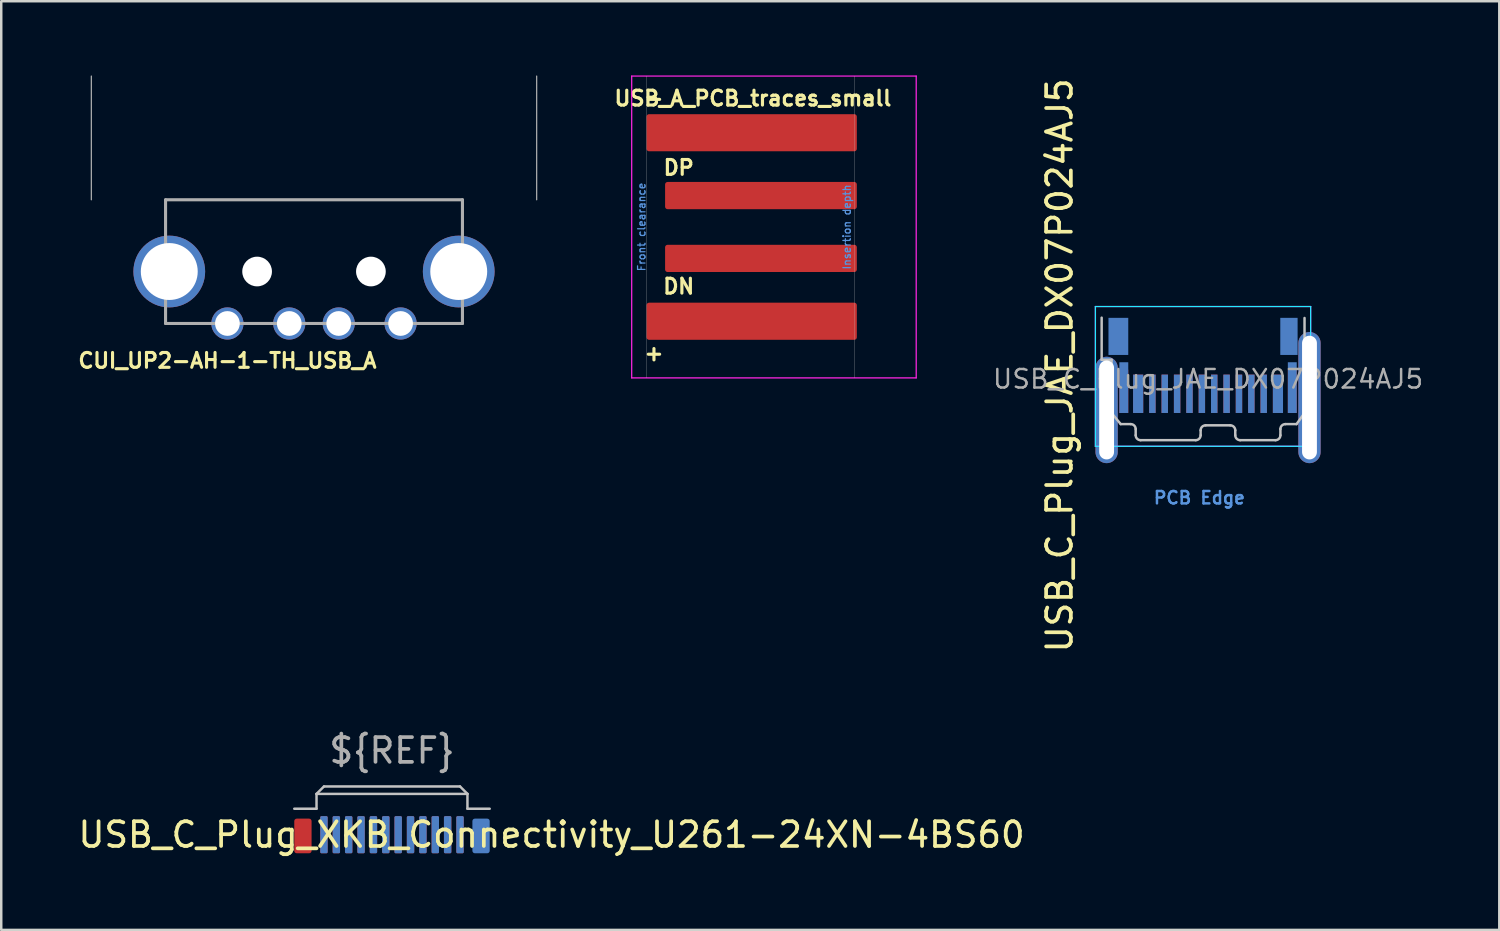
<source format=kicad_pcb>
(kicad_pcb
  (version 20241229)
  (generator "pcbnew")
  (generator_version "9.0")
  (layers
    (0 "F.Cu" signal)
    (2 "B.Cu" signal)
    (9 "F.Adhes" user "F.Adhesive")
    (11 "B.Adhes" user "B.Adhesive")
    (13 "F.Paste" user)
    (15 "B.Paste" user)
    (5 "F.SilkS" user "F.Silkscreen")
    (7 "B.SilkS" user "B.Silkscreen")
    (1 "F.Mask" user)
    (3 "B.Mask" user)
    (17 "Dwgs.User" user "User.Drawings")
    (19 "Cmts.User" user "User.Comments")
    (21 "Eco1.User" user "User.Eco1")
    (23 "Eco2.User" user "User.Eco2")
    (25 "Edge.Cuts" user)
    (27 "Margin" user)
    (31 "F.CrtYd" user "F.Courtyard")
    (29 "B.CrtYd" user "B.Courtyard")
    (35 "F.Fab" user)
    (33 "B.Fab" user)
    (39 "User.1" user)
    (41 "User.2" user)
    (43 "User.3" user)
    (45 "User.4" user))
  (footprint "USB_C_Plug_JAE_DX07P024AJ5"
    (layer "F.Cu")
    (at 45.779 11.72)
    (property "Reference" "USB_C_Plug_JAE_DX07P024AJ5" (at -6 0 90) (layer "F.SilkS") (effects (font (size 1 1) (thickness 0.15))))
    (attr smd)
    (fp_line (start -4.3 -1.93) (end -4.3 -0.228) (stroke (width 0.1) (type solid)) (layer "Dwgs.User"))
    (fp_line (start -4.3 -0.228) (end -3.9 -0.228) (stroke (width 0.1) (type solid)) (layer "Dwgs.User"))
    (fp_line (start -3.9 1.923) (end -3.9 -0.228) (stroke (width 0.1) (type solid)) (layer "Dwgs.User"))
    (fp_line (start -3.53 2.373) (end -3.9 1.923) (stroke (width 0.1) (type solid)) (layer "Dwgs.User"))
    (fp_line (start -3.125 2.373) (end -3.53 2.373) (stroke (width 0.1) (type solid)) (layer "Dwgs.User"))
    (fp_line (start -2.925 2.822) (end -2.925 2.572) (stroke (width 0.1) (type solid)) (layer "Dwgs.User"))
    (fp_line (start -0.5 3.022) (end -2.725 3.022) (stroke (width 0.1) (type solid)) (layer "Dwgs.User"))
    (fp_line (start -0.3 2.623) (end -0.3 2.822) (stroke (width 0.1) (type solid)) (layer "Dwgs.User"))
    (fp_line (start -0.1 2.422) (end 0.9 2.422) (stroke (width 0.1) (type solid)) (layer "Dwgs.User"))
    (fp_line (start 1.1 2.822) (end 1.1 2.623) (stroke (width 0.1) (type solid)) (layer "Dwgs.User"))
    (fp_line (start 1.3 3.022) (end 2.725 3.022) (stroke (width 0.1) (type solid)) (layer "Dwgs.User"))
    (fp_line (start 2.925 2.822) (end 2.925 2.572) (stroke (width 0.1) (type solid)) (layer "Dwgs.User"))
    (fp_line (start 3.125 2.373) (end 3.575 2.373) (stroke (width 0.1) (type solid)) (layer "Dwgs.User"))
    (fp_line (start 3.575 2.373) (end 3.9 1.923) (stroke (width 0.1) (type solid)) (layer "Dwgs.User"))
    (fp_line (start 3.9 1.923) (end 3.9 -1.917) (stroke (width 0.1) (type solid)) (layer "Dwgs.User"))
    (fp_arc (start -3.125 2.3725) (mid -2.983579 2.431079) (end -2.925 2.5725) (stroke (width 0.1) (type solid)) (layer "Dwgs.User"))
    (fp_arc (start -2.725 3.0225) (mid -2.866421 2.963921) (end -2.925 2.8225) (stroke (width 0.1) (type solid)) (layer "Dwgs.User"))
    (fp_arc (start -0.3 2.6225) (mid -0.241421 2.481079) (end -0.1 2.4225) (stroke (width 0.1) (type solid)) (layer "Dwgs.User"))
    (fp_arc (start -0.3 2.8225) (mid -0.358579 2.963921) (end -0.5 3.0225) (stroke (width 0.1) (type solid)) (layer "Dwgs.User"))
    (fp_arc (start 0.9 2.4225) (mid 1.041421 2.481079) (end 1.1 2.6225) (stroke (width 0.1) (type solid)) (layer "Dwgs.User"))
    (fp_arc (start 1.3 3.0225) (mid 1.158579 2.963921) (end 1.1 2.8225) (stroke (width 0.1) (type solid)) (layer "Dwgs.User"))
    (fp_arc (start 2.925 2.5725) (mid 2.983579 2.431079) (end 3.125 2.3725) (stroke (width 0.1) (type solid)) (layer "Dwgs.User"))
    (fp_arc (start 2.925 2.8225) (mid 2.866421 2.963921) (end 2.725 3.0225) (stroke (width 0.1) (type solid)) (layer "Dwgs.User"))
    (fp_line (start -4.553 -2.38) (end 4.147 -2.38) (stroke (width 0.05) (type solid)) (layer "B.CrtYd"))
    (fp_line (start -4.553 3.27) (end -4.553 -2.38) (stroke (width 0.05) (type solid)) (layer "B.CrtYd"))
    (fp_line (start 4.147 -2.38) (end 4.147 3.27) (stroke (width 0.05) (type solid)) (layer "B.CrtYd"))
    (fp_line (start 4.147 3.27) (end -4.553 3.27) (stroke (width 0.05) (type solid)) (layer "B.CrtYd"))
    (fp_line (start -4.553 -2.38) (end 4.147 -2.38) (stroke (width 0.05) (type solid)) (layer "F.CrtYd"))
    (fp_line (start -4.553 3.27) (end -4.553 -2.38) (stroke (width 0.05) (type solid)) (layer "F.CrtYd"))
    (fp_line (start 4.147 -2.38) (end 4.147 3.27) (stroke (width 0.05) (type solid)) (layer "F.CrtYd"))
    (fp_line (start 4.147 3.27) (end -4.553 3.27) (stroke (width 0.05) (type solid)) (layer "F.CrtYd"))
    (fp_text user "PCB Edge" (at -0.35 5.35 0) (layer "Cmts.User") (effects (font (size 0.5 0.5) (thickness 0.1))))
    (fp_text user "${REFERENCE}" (at 0 0.552 0) (layer "F.Fab") (effects (font (size 0.75 0.75) (thickness 0.1))))
    (pad "A1" smd rect (at 2.825 1.147) (size 0.41 1.55) (layers "F.Cu" "F.Mask" "F.Paste"))
    (pad "A2" smd rect (at 2.25 1.147) (size 0.26 1.55) (layers "F.Cu" "F.Mask" "F.Paste"))
    (pad "A3" smd rect (at 1.75 1.147) (size 0.26 1.55) (layers "F.Cu" "F.Mask" "F.Paste"))
    (pad "A4" smd rect (at 1.25 1.147) (size 0.26 1.55) (layers "F.Cu" "F.Mask" "F.Paste"))
    (pad "A5" smd rect (at 0.75 1.147) (size 0.26 1.55) (layers "F.Cu" "F.Mask" "F.Paste"))
    (pad "A6" smd rect (at 0.25 1.147 180) (size 0.26 1.55) (layers "F.Cu" "F.Mask" "F.Paste"))
    (pad "A7" smd rect (at -0.25 1.147 180) (size 0.26 1.55) (layers "F.Cu" "F.Mask" "F.Paste"))
    (pad "A8" smd rect (at -0.75 1.147) (size 0.26 1.55) (layers "F.Cu" "F.Mask" "F.Paste"))
    (pad "A9" smd rect (at -1.25 1.147) (size 0.26 1.55) (layers "F.Cu" "F.Mask" "F.Paste"))
    (pad "A10" smd rect (at -1.75 1.147) (size 0.26 1.55) (layers "F.Cu" "F.Mask" "F.Paste"))
    (pad "A11" smd rect (at -2.25 1.147) (size 0.26 1.55) (layers "F.Cu" "F.Mask" "F.Paste"))
    (pad "A12" smd rect (at -2.825 1.147) (size 0.41 1.55) (layers "F.Cu" "F.Mask" "F.Paste"))
    (pad "B1" smd rect (at -2.825 1.147) (size 0.41 1.55) (layers "B.Cu" "B.Mask" "B.Paste"))
    (pad "B2" smd rect (at -2.25 1.147) (size 0.26 1.55) (layers "B.Cu" "B.Mask" "B.Paste"))
    (pad "B3" smd rect (at -1.75 1.147) (size 0.26 1.55) (layers "B.Cu" "B.Mask" "B.Paste"))
    (pad "B4" smd rect (at -1.25 1.147) (size 0.26 1.55) (layers "B.Cu" "B.Mask" "B.Paste"))
    (pad "B5" smd rect (at -0.75 1.147) (size 0.26 1.55) (layers "B.Cu" "B.Mask" "B.Paste"))
    (pad "B6" smd rect (at -0.25 1.147 180) (size 0.26 1.55) (layers "B.Cu" "B.Mask" "B.Paste"))
    (pad "B7" smd rect (at 0.25 1.147) (size 0.26 1.55) (layers "B.Cu" "B.Mask" "B.Paste"))
    (pad "B8" smd rect (at 0.75 1.147) (size 0.26 1.55) (layers "B.Cu" "B.Mask" "B.Paste"))
    (pad "B9" smd rect (at 1.25 1.147) (size 0.26 1.55) (layers "B.Cu" "B.Mask" "B.Paste"))
    (pad "B10" smd rect (at 1.75 1.147) (size 0.26 1.55) (layers "B.Cu" "B.Mask" "B.Paste"))
    (pad "B11" smd rect (at 2.25 1.147) (size 0.26 1.55) (layers "B.Cu" "B.Mask" "B.Paste"))
    (pad "B12" smd rect (at 2.825 1.147) (size 0.41 1.55) (layers "B.Cu" "B.Mask" "B.Paste"))
    (pad "S1" thru_hole oval (at -4.1 1.8) (size 0.9 4.3) (drill oval 0.6 4) (layers "*.Cu" "*.Mask"))
    (pad "S1" smd rect (at -3.625 -1.173) (size 0.8 1.5) (layers "B.Cu" "B.Mask" "B.Paste"))
    (pad "S1" smd rect (at -3.405 0.897) (size 0.36 2.05) (layers "B.Cu" "B.Mask" "B.Paste"))
    (pad "S1" smd rect (at -3.405 1.048) (size 0.36 1.75) (layers "F.Cu" "F.Mask"))
    (pad "S1" smd rect (at 3.27 -1.173 180) (size 0.7 1.5) (layers "B.Cu" "B.Mask" "B.Paste"))
    (pad "S1" smd rect (at 3.405 0.897) (size 0.36 2.05) (layers "B.Cu" "B.Mask" "B.Paste"))
    (pad "S1" smd rect (at 3.405 1.048) (size 0.36 1.75) (layers "F.Cu" "F.Mask"))
    (pad "S1" thru_hole oval (at 4.1 1.3) (size 0.9 5.3) (drill oval 0.6 5) (layers "*.Cu" "*.Mask")))
  (footprint "USB_C_Plug_XKB_Connectivity_U261-24XN-4BS60"
    (layer "F.Cu")
    (at 12.794 29.639)
    (property "Reference" "USB_C_Plug_XKB_Connectivity_U261-24XN-4BS60" (at 6.45 1.05 0) (unlocked yes) (layer "F.SilkS") (effects (font (size 1 1) (thickness 0.15))))
    (attr smd)
    (fp_line (start -3.05 -0.6) (end -3.05 0) (stroke (width 0.1) (type solid)) (layer "Dwgs.User"))
    (fp_line (start -3.05 -0.6) (end 3.05 -0.6) (stroke (width 0.1) (type solid)) (layer "Dwgs.User"))
    (fp_line (start -3.05 0) (end -3.95 0) (stroke (width 0.1) (type solid)) (layer "Dwgs.User"))
    (fp_line (start -2.75 -0.9) (end -3.05 -0.6) (stroke (width 0.1) (type solid)) (layer "Dwgs.User"))
    (fp_line (start -2.75 -0.9) (end 2.75 -0.9) (stroke (width 0.1) (type solid)) (layer "Dwgs.User"))
    (fp_line (start 2.75 -0.9) (end 3.05 -0.6) (stroke (width 0.1) (type solid)) (layer "Dwgs.User"))
    (fp_line (start 3.05 -0.6) (end 3.05 0) (stroke (width 0.1) (type solid)) (layer "Dwgs.User"))
    (fp_line (start 3.05 0) (end 3.95 0) (stroke (width 0.1) (type solid)) (layer "Dwgs.User"))
    (fp_text user "${REF}" (at 0 -2.35 0) (unlocked yes) (layer "F.Fab") (effects (font (size 1 1) (thickness 0.15))))
    (pad "A1" smd roundrect (at -2.75 1.05) (size 0.3 1.5) (layers "F.Cu" "F.Mask" "F.Paste") (roundrect_rratio 0.167))
    (pad "A2" smd roundrect (at -2.25 1.05) (size 0.3 1.5) (layers "F.Cu" "F.Mask" "F.Paste") (roundrect_rratio 0.167))
    (pad "A3" smd roundrect (at -1.75 1.05) (size 0.3 1.5) (layers "F.Cu" "F.Mask" "F.Paste") (roundrect_rratio 0.167))
    (pad "A4" smd roundrect (at -1.25 1.05) (size 0.3 1.5) (layers "F.Cu" "F.Mask" "F.Paste") (roundrect_rratio 0.167))
    (pad "A5" smd roundrect (at -0.75 1.05) (size 0.3 1.5) (layers "F.Cu" "F.Mask" "F.Paste") (roundrect_rratio 0.167))
    (pad "A6" smd roundrect (at -0.25 1.05) (size 0.3 1.5) (layers "F.Cu" "F.Mask" "F.Paste") (roundrect_rratio 0.167))
    (pad "A7" smd roundrect (at 0.25 1.05) (size 0.3 1.5) (layers "F.Cu" "F.Mask" "F.Paste") (roundrect_rratio 0.167))
    (pad "A8" smd roundrect (at 0.75 1.05) (size 0.3 1.5) (layers "F.Cu" "F.Mask" "F.Paste") (roundrect_rratio 0.167))
    (pad "A9" smd roundrect (at 1.25 1.05) (size 0.3 1.5) (layers "F.Cu" "F.Mask" "F.Paste") (roundrect_rratio 0.167))
    (pad "A10" smd roundrect (at 1.75 1.05) (size 0.3 1.5) (layers "F.Cu" "F.Mask" "F.Paste") (roundrect_rratio 0.167))
    (pad "A11" smd roundrect (at 2.25 1.05) (size 0.3 1.5) (layers "F.Cu" "F.Mask" "F.Paste") (roundrect_rratio 0.167))
    (pad "A12" smd roundrect (at 2.75 1.05) (size 0.3 1.5) (layers "F.Cu" "F.Mask" "F.Paste") (roundrect_rratio 0.167))
    (pad "B1" smd roundrect (at 2.75 1.05) (size 0.3 1.5) (layers "B.Cu" "B.Mask" "B.Paste") (roundrect_rratio 0.167))
    (pad "B2" smd roundrect (at 2.25 1.05) (size 0.3 1.5) (layers "B.Cu" "B.Mask" "B.Paste") (roundrect_rratio 0.167))
    (pad "B3" smd roundrect (at 1.75 1.05) (size 0.3 1.5) (layers "B.Cu" "B.Mask" "B.Paste") (roundrect_rratio 0.167))
    (pad "B4" smd roundrect (at 1.25 1.05) (size 0.3 1.5) (layers "B.Cu" "B.Mask" "B.Paste") (roundrect_rratio 0.167))
    (pad "B5" smd roundrect (at 0.75 1.05) (size 0.3 1.5) (layers "B.Cu" "B.Mask" "B.Paste") (roundrect_rratio 0.167))
    (pad "B6" smd roundrect (at 0.25 1.05) (size 0.3 1.5) (layers "B.Cu" "B.Mask" "B.Paste") (roundrect_rratio 0.167))
    (pad "B7" smd roundrect (at -0.25 1.05) (size 0.3 1.5) (layers "B.Cu" "B.Mask" "B.Paste") (roundrect_rratio 0.167))
    (pad "B8" smd roundrect (at -0.75 1.05) (size 0.3 1.5) (layers "B.Cu" "B.Mask" "B.Paste") (roundrect_rratio 0.167))
    (pad "B9" smd roundrect (at -1.25 1.05) (size 0.3 1.5) (layers "B.Cu" "B.Mask" "B.Paste") (roundrect_rratio 0.167))
    (pad "B10" smd roundrect (at -1.75 1.05) (size 0.3 1.5) (layers "B.Cu" "B.Mask" "B.Paste") (roundrect_rratio 0.167))
    (pad "B11" smd roundrect (at -2.25 1.05) (size 0.3 1.5) (layers "B.Cu" "B.Mask" "B.Paste") (roundrect_rratio 0.167))
    (pad "B12" smd roundrect (at -2.75 1.05) (size 0.3 1.5) (layers "B.Cu" "B.Mask" "B.Paste") (roundrect_rratio 0.167))
    (pad "S1" smd roundrect (at -3.6 1.1) (size 0.7 1.4) (layers "F.Cu" "F.Mask" "F.Paste") (roundrect_rratio 0.143))
    (pad "S1" smd roundrect (at 3.6 1.1) (size 0.7 1.4) (layers "B.Cu" "B.Mask" "B.Paste") (roundrect_rratio 0.143)))
  (footprint "USB_A_PCB_traces_small"
    (layer "F.Cu")
    (at 22.483 6.125)
    (property "Reference" "USB_A_PCB_traces_small" (at 4.9 -5.2 180) (layer "F.SilkS") (effects (font (size 0.6 0.6) (thickness 0.127))))
    (attr exclude_from_pos_files exclude_from_bom)
    (fp_line (start 0.6 -6.1) (end 0.6 6.1) (stroke (width 0.01) (type solid)) (layer "Dwgs.User"))
    (fp_line (start 9 -6.1) (end 9 6.1) (stroke (width 0.01) (type solid)) (layer "Dwgs.User"))
    (fp_line (start 0 -6.1) (end 0 6.1) (stroke (width 0.05) (type solid)) (layer "F.CrtYd"))
    (fp_line (start 0 -6.1) (end 11.5 -6.1) (stroke (width 0.05) (type solid)) (layer "F.CrtYd"))
    (fp_line (start 11.5 -6.1) (end 11.5 6.1) (stroke (width 0.05) (type solid)) (layer "F.CrtYd"))
    (fp_line (start 11.5 6.1) (end 0 6.1) (stroke (width 0.05) (type solid)) (layer "F.CrtYd"))
    (fp_text user "DP" (at 1.9 -2.4 0) (layer "F.SilkS") (effects (font (size 0.6 0.6) (thickness 0.127))))
    (fp_text user "-" (at 0.9 -5.2 0) (layer "F.SilkS") (effects (font (size 0.6 0.6) (thickness 0.127))))
    (fp_text user "DN" (at 1.9 2.4 0) (layer "F.SilkS") (effects (font (size 0.6 0.6) (thickness 0.127))))
    (fp_text user "+" (at 0.9 5.1 0) (layer "F.SilkS") (effects (font (size 0.6 0.6) (thickness 0.127))))
    (fp_text user "Front clearance" (at 0.4 0 270) (layer "Cmts.User") (effects (font (size 0.3 0.3) (thickness 0.05))))
    (fp_text user "Insertion depth" (at 8.7 0 270) (layer "Cmts.User") (effects (font (size 0.3 0.3) (thickness 0.05))))
    (pad "1" connect roundrect (at 4.85 3.81) (size 8.5 1.5) (layers "F.Cu" "F.Mask") (roundrect_rratio 0.067))
    (pad "2" connect roundrect (at 5.225 1.27) (size 7.75 1.1) (layers "F.Cu" "F.Mask") (roundrect_rratio 0.091))
    (pad "3" connect roundrect (at 5.225 -1.27) (size 7.75 1.1) (layers "F.Cu" "F.Mask") (roundrect_rratio 0.091))
    (pad "4" connect roundrect (at 4.85 -3.81) (size 8.5 1.5) (layers "F.Cu" "F.Mask") (roundrect_rratio 0.067)))
  (footprint "CUI_UP2-AH-1-TH_USB_A"
    (layer "F.Cu")
    (at 9.642 5.025)
    (property "Reference" "CUI_UP2-AH-1-TH_USB_A" (at -3.5 6.5 0) (layer "F.SilkS") (effects (font (size 0.6 0.6) (thickness 0.125))))
    (attr through_hole)
    (fp_line (start -9 0) (end -9 -5) (stroke (width 0.05) (type solid)) (layer "F.Fab"))
    (fp_line (start -6 0) (end -6 5) (stroke (width 0.125) (type solid)) (layer "F.Fab"))
    (fp_line (start -6 0) (end 6 0) (stroke (width 0.125) (type solid)) (layer "F.Fab"))
    (fp_line (start -6 5) (end 6 5) (stroke (width 0.125) (type solid)) (layer "F.Fab"))
    (fp_line (start 6 5) (end 6 0) (stroke (width 0.125) (type solid)) (layer "F.Fab"))
    (fp_line (start 9 0) (end 9 -5) (stroke (width 0.05) (type solid)) (layer "F.Fab"))
    (pad "" np_thru_hole circle (at -2.3 2.9) (size 1.2 1.2) (drill 1.2) (layers "*.Cu" "*.Mask"))
    (pad "" np_thru_hole circle (at 2.3 2.9) (size 1.2 1.2) (drill 1.2) (layers "*.Cu" "*.Mask"))
    (pad "1" thru_hole circle (at -3.5 5) (size 1.3 1.3) (drill 1) (layers "*.Cu" "*.Mask"))
    (pad "2" thru_hole circle (at -1 5) (size 1.3 1.3) (drill 1) (layers "*.Cu" "*.Mask"))
    (pad "3" thru_hole circle (at 1 5) (size 1.3 1.3) (drill 1) (layers "*.Cu" "*.Mask"))
    (pad "4" thru_hole circle (at 3.5 5) (size 1.3 1.3) (drill 1) (layers "*.Cu" "*.Mask"))
    (pad "5" thru_hole circle (at -5.85 2.9) (size 2.9 2.9) (drill 2.3) (layers "*.Cu" "*.Mask"))
    (pad "5" thru_hole circle (at 5.85 2.9) (size 2.9 2.9) (drill 2.3) (layers "*.Cu" "*.Mask")))
  (gr_rect
    (start -3 -3)
    (end 57.551 34.537)
    (stroke (width 0.1) (type default))
    (fill no)
    (layer "Edge.Cuts")))
</source>
